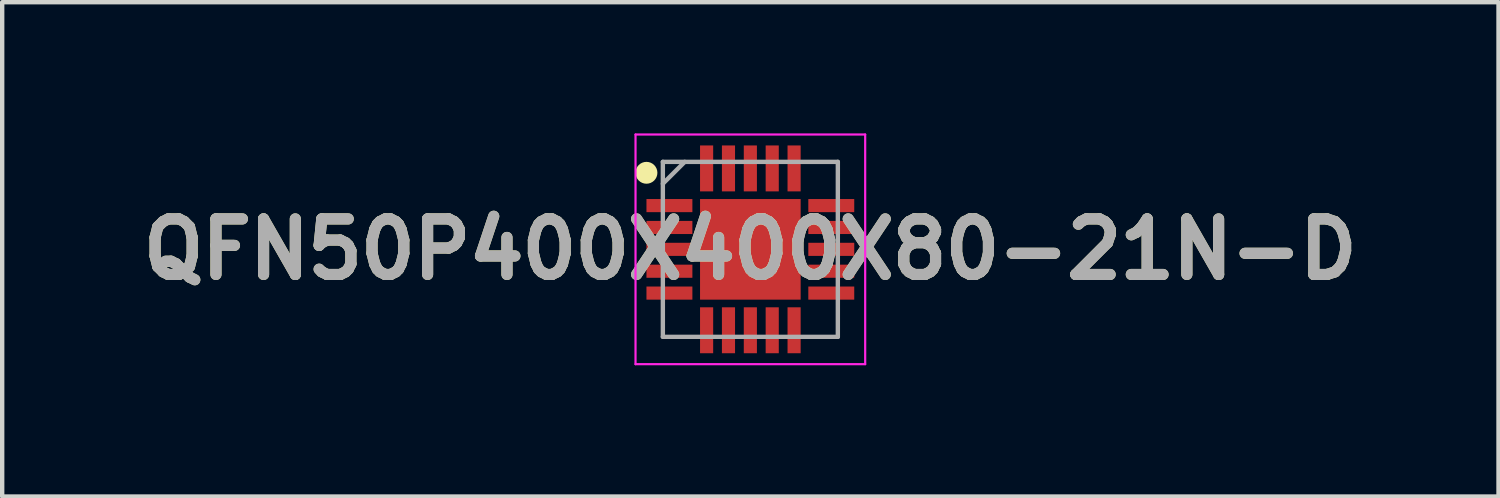
<source format=kicad_pcb>
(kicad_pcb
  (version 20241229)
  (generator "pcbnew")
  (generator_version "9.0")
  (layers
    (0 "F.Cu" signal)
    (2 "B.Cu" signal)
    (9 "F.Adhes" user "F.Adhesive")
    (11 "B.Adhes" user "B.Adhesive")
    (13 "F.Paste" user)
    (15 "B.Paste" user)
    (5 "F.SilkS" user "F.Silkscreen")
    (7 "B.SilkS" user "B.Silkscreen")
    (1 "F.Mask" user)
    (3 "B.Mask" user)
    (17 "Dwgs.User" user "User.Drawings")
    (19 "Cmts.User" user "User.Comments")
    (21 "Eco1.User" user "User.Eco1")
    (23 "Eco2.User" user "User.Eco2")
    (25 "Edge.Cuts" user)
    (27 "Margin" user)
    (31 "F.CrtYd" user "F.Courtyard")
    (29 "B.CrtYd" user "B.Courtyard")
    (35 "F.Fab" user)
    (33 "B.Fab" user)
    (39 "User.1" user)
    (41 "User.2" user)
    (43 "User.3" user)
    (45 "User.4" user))
  (footprint "QFN50P400X400X80-21N-D"
    (layer "F.Cu")
    (at 14.103 2.65)
    (property "Reference" "QFN50P400X400X80-21N-D" (at 0 0 0) (layer "F.SilkS") (effects (font (size 1.27 1.27) (thickness 0.254))))
    (attr smd)
    (fp_circle (center -2.375 -1.75) (end -2.375 -1.625) (stroke (width 0.25) (type solid)) (fill no) (layer "F.SilkS"))
    (fp_line (start -2.625 -2.625) (end 2.625 -2.625) (stroke (width 0.05) (type solid)) (layer "F.CrtYd"))
    (fp_line (start -2.625 2.625) (end -2.625 -2.625) (stroke (width 0.05) (type solid)) (layer "F.CrtYd"))
    (fp_line (start 2.625 -2.625) (end 2.625 2.625) (stroke (width 0.05) (type solid)) (layer "F.CrtYd"))
    (fp_line (start 2.625 2.625) (end -2.625 2.625) (stroke (width 0.05) (type solid)) (layer "F.CrtYd"))
    (fp_line (start -2 -2) (end 2 -2) (stroke (width 0.1) (type solid)) (layer "F.Fab"))
    (fp_line (start -2 -1.5) (end -1.5 -2) (stroke (width 0.1) (type solid)) (layer "F.Fab"))
    (fp_line (start -2 2) (end -2 -2) (stroke (width 0.1) (type solid)) (layer "F.Fab"))
    (fp_line (start 2 -2) (end 2 2) (stroke (width 0.1) (type solid)) (layer "F.Fab"))
    (fp_line (start 2 2) (end -2 2) (stroke (width 0.1) (type solid)) (layer "F.Fab"))
    (fp_text user "${REFERENCE}" (at 0 0 0) (layer "F.Fab") (effects (font (size 1.27 1.27) (thickness 0.254))))
    (pad "1" smd rect (at -1.85 -1 90) (size 0.3 1.05) (layers "F.Cu" "F.Mask" "F.Paste"))
    (pad "2" smd rect (at -1.85 -0.5 90) (size 0.3 1.05) (layers "F.Cu" "F.Mask" "F.Paste"))
    (pad "3" smd rect (at -1.85 0 90) (size 0.3 1.05) (layers "F.Cu" "F.Mask" "F.Paste"))
    (pad "4" smd rect (at -1.85 0.5 90) (size 0.3 1.05) (layers "F.Cu" "F.Mask" "F.Paste"))
    (pad "5" smd rect (at -1.85 1 90) (size 0.3 1.05) (layers "F.Cu" "F.Mask" "F.Paste"))
    (pad "6" smd rect (at -1 1.85) (size 0.3 1.05) (layers "F.Cu" "F.Mask" "F.Paste"))
    (pad "7" smd rect (at -0.5 1.85) (size 0.3 1.05) (layers "F.Cu" "F.Mask" "F.Paste"))
    (pad "8" smd rect (at 0 1.85) (size 0.3 1.05) (layers "F.Cu" "F.Mask" "F.Paste"))
    (pad "9" smd rect (at 0.5 1.85) (size 0.3 1.05) (layers "F.Cu" "F.Mask" "F.Paste"))
    (pad "10" smd rect (at 1 1.85) (size 0.3 1.05) (layers "F.Cu" "F.Mask" "F.Paste"))
    (pad "11" smd rect (at 1.85 1 90) (size 0.3 1.05) (layers "F.Cu" "F.Mask" "F.Paste"))
    (pad "12" smd rect (at 1.85 0.5 90) (size 0.3 1.05) (layers "F.Cu" "F.Mask" "F.Paste"))
    (pad "13" smd rect (at 1.85 0 90) (size 0.3 1.05) (layers "F.Cu" "F.Mask" "F.Paste"))
    (pad "14" smd rect (at 1.85 -0.5 90) (size 0.3 1.05) (layers "F.Cu" "F.Mask" "F.Paste"))
    (pad "15" smd rect (at 1.85 -1 90) (size 0.3 1.05) (layers "F.Cu" "F.Mask" "F.Paste"))
    (pad "16" smd rect (at 1 -1.85) (size 0.3 1.05) (layers "F.Cu" "F.Mask" "F.Paste"))
    (pad "17" smd rect (at 0.5 -1.85) (size 0.3 1.05) (layers "F.Cu" "F.Mask" "F.Paste"))
    (pad "18" smd rect (at 0 -1.85) (size 0.3 1.05) (layers "F.Cu" "F.Mask" "F.Paste"))
    (pad "19" smd rect (at -0.5 -1.85) (size 0.3 1.05) (layers "F.Cu" "F.Mask" "F.Paste"))
    (pad "20" smd rect (at -1 -1.85) (size 0.3 1.05) (layers "F.Cu" "F.Mask" "F.Paste"))
    (pad "21" smd rect (at 0 0) (size 2.3 2.3) (layers "F.Cu" "F.Mask" "F.Paste")))
  (gr_rect
    (start -3 -3)
    (end 31.206 8.3)
    (stroke (width 0.1) (type default))
    (fill no)
    (layer "Edge.Cuts")))
</source>
